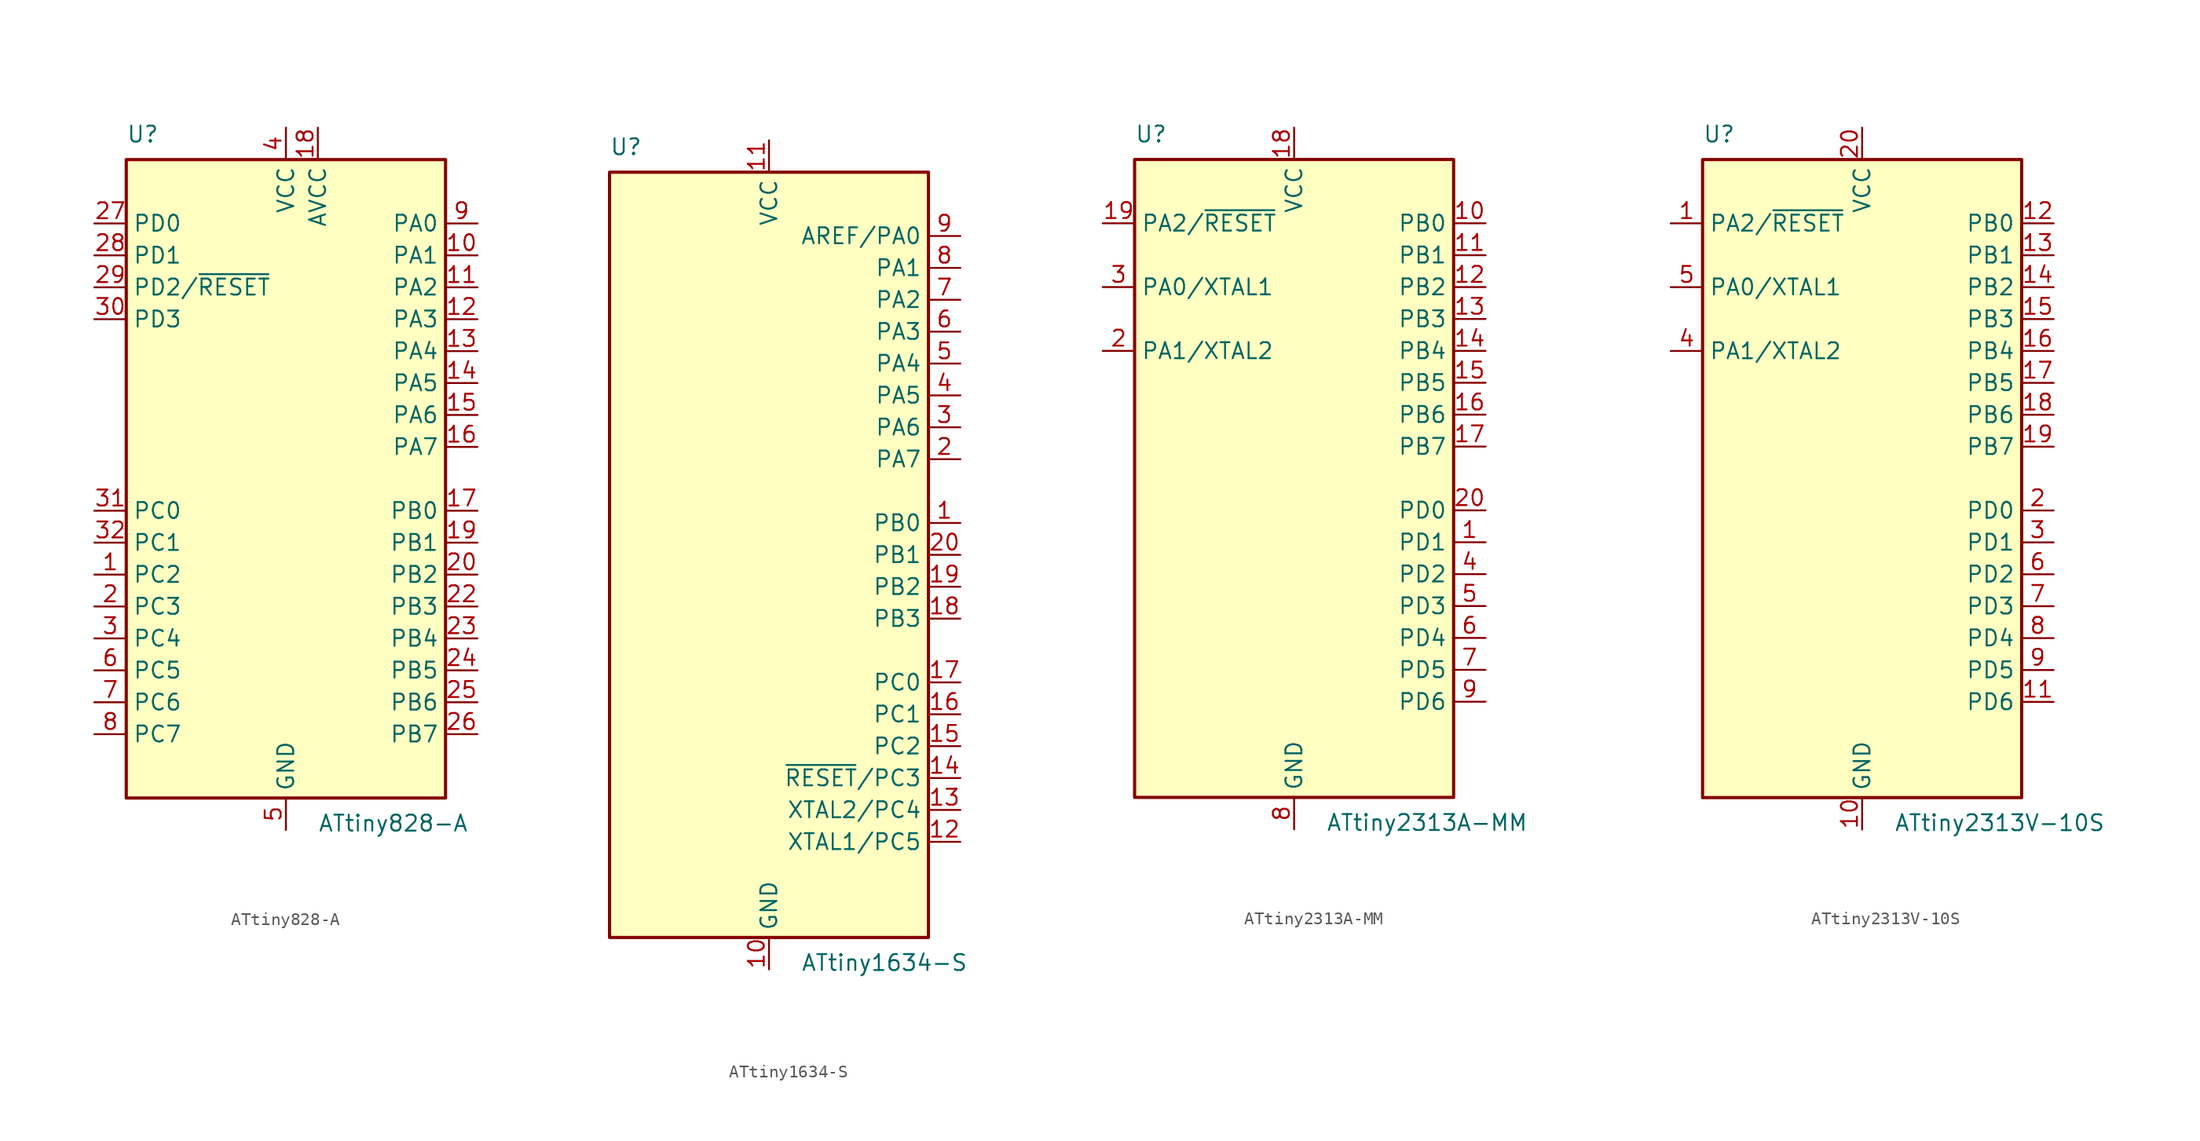
<source format=kicad_sym>
(kicad_symbol_lib
  (version 20211014)
  (generator kicad_symbol_editor)
  (symbol "ATtiny828-A"
    (property "Reference" "U"
      (at -12.7 26.67 0)
      (effects (font (size 1.27 1.27)) (justify left bottom)))
    (property "Value" "ATtiny828-A"
      (at 2.54 -26.67 0)
      (effects (font (size 1.27 1.27)) (justify left top)))
    (symbol "ATtiny828-A_0_1"
      (rectangle (start -12.7 -25.4) (end 12.7 25.4) (stroke (width 0.254) (type default) (color 0 0 0 0)) (fill (type background))))
    (symbol "ATtiny828-A_1_1"
      (pin bidirectional line (at -15.24 -7.62 0) (length 2.54) (name "PC2" (effects (font (size 1.27 1.27)))) (number "1" (effects (font (size 1.27 1.27)))))
      (pin bidirectional line (at 15.24 17.78 180) (length 2.54) (name "PA1" (effects (font (size 1.27 1.27)))) (number "10" (effects (font (size 1.27 1.27)))))
      (pin bidirectional line (at 15.24 15.24 180) (length 2.54) (name "PA2" (effects (font (size 1.27 1.27)))) (number "11" (effects (font (size 1.27 1.27)))))
      (pin bidirectional line (at 15.24 12.7 180) (length 2.54) (name "PA3" (effects (font (size 1.27 1.27)))) (number "12" (effects (font (size 1.27 1.27)))))
      (pin bidirectional line (at 15.24 10.16 180) (length 2.54) (name "PA4" (effects (font (size 1.27 1.27)))) (number "13" (effects (font (size 1.27 1.27)))))
      (pin bidirectional line (at 15.24 7.62 180) (length 2.54) (name "PA5" (effects (font (size 1.27 1.27)))) (number "14" (effects (font (size 1.27 1.27)))))
      (pin bidirectional line (at 15.24 5.08 180) (length 2.54) (name "PA6" (effects (font (size 1.27 1.27)))) (number "15" (effects (font (size 1.27 1.27)))))
      (pin bidirectional line (at 15.24 2.54 180) (length 2.54) (name "PA7" (effects (font (size 1.27 1.27)))) (number "16" (effects (font (size 1.27 1.27)))))
      (pin bidirectional line (at 15.24 -2.54 180) (length 2.54) (name "PB0" (effects (font (size 1.27 1.27)))) (number "17" (effects (font (size 1.27 1.27)))))
      (pin power_in line (at 2.54 27.94 270) (length 2.54) (name "AVCC" (effects (font (size 1.27 1.27)))) (number "18" (effects (font (size 1.27 1.27)))))
      (pin bidirectional line (at 15.24 -5.08 180) (length 2.54) (name "PB1" (effects (font (size 1.27 1.27)))) (number "19" (effects (font (size 1.27 1.27)))))
      (pin bidirectional line (at -15.24 -10.16 0) (length 2.54) (name "PC3" (effects (font (size 1.27 1.27)))) (number "2" (effects (font (size 1.27 1.27)))))
      (pin bidirectional line (at 15.24 -7.62 180) (length 2.54) (name "PB2" (effects (font (size 1.27 1.27)))) (number "20" (effects (font (size 1.27 1.27)))))
      (pin passive line (at 0 -27.94 90) (length 2.54) hide (name "GND" (effects (font (size 1.27 1.27)))) (number "21" (effects (font (size 1.27 1.27)))))
      (pin bidirectional line (at 15.24 -10.16 180) (length 2.54) (name "PB3" (effects (font (size 1.27 1.27)))) (number "22" (effects (font (size 1.27 1.27)))))
      (pin bidirectional line (at 15.24 -12.7 180) (length 2.54) (name "PB4" (effects (font (size 1.27 1.27)))) (number "23" (effects (font (size 1.27 1.27)))))
      (pin bidirectional line (at 15.24 -15.24 180) (length 2.54) (name "PB5" (effects (font (size 1.27 1.27)))) (number "24" (effects (font (size 1.27 1.27)))))
      (pin bidirectional line (at 15.24 -17.78 180) (length 2.54) (name "PB6" (effects (font (size 1.27 1.27)))) (number "25" (effects (font (size 1.27 1.27)))))
      (pin bidirectional line (at 15.24 -20.32 180) (length 2.54) (name "PB7" (effects (font (size 1.27 1.27)))) (number "26" (effects (font (size 1.27 1.27)))))
      (pin bidirectional line (at -15.24 20.32 0) (length 2.54) (name "PD0" (effects (font (size 1.27 1.27)))) (number "27" (effects (font (size 1.27 1.27)))))
      (pin bidirectional line (at -15.24 17.78 0) (length 2.54) (name "PD1" (effects (font (size 1.27 1.27)))) (number "28" (effects (font (size 1.27 1.27)))))
      (pin bidirectional line (at -15.24 15.24 0) (length 2.54) (name "PD2/~{RESET}" (effects (font (size 1.27 1.27)))) (number "29" (effects (font (size 1.27 1.27)))))
      (pin bidirectional line (at -15.24 -12.7 0) (length 2.54) (name "PC4" (effects (font (size 1.27 1.27)))) (number "3" (effects (font (size 1.27 1.27)))))
      (pin bidirectional line (at -15.24 12.7 0) (length 2.54) (name "PD3" (effects (font (size 1.27 1.27)))) (number "30" (effects (font (size 1.27 1.27)))))
      (pin bidirectional line (at -15.24 -2.54 0) (length 2.54) (name "PC0" (effects (font (size 1.27 1.27)))) (number "31" (effects (font (size 1.27 1.27)))))
      (pin bidirectional line (at -15.24 -5.08 0) (length 2.54) (name "PC1" (effects (font (size 1.27 1.27)))) (number "32" (effects (font (size 1.27 1.27)))))
      (pin power_in line (at 0 27.94 270) (length 2.54) (name "VCC" (effects (font (size 1.27 1.27)))) (number "4" (effects (font (size 1.27 1.27)))))
      (pin power_in line (at 0 -27.94 90) (length 2.54) (name "GND" (effects (font (size 1.27 1.27)))) (number "5" (effects (font (size 1.27 1.27)))))
      (pin bidirectional line (at -15.24 -15.24 0) (length 2.54) (name "PC5" (effects (font (size 1.27 1.27)))) (number "6" (effects (font (size 1.27 1.27)))))
      (pin bidirectional line (at -15.24 -17.78 0) (length 2.54) (name "PC6" (effects (font (size 1.27 1.27)))) (number "7" (effects (font (size 1.27 1.27)))))
      (pin bidirectional line (at -15.24 -20.32 0) (length 2.54) (name "PC7" (effects (font (size 1.27 1.27)))) (number "8" (effects (font (size 1.27 1.27)))))
      (pin bidirectional line (at 15.24 20.32 180) (length 2.54) (name "PA0" (effects (font (size 1.27 1.27)))) (number "9" (effects (font (size 1.27 1.27)))))))
  (symbol "ATtiny1634-S"
    (property "Reference" "U"
      (at -12.7 31.75 0)
      (effects (font (size 1.27 1.27)) (justify left bottom)))
    (property "Value" "ATtiny1634-S"
      (at 2.54 -31.75 0)
      (effects (font (size 1.27 1.27)) (justify left top)))
    (symbol "ATtiny1634-S_0_1"
      (rectangle (start -12.7 -30.48) (end 12.7 30.48) (stroke (width 0.254) (type default) (color 0 0 0 0)) (fill (type background))))
    (symbol "ATtiny1634-S_1_1"
      (pin bidirectional line (at 15.24 2.54 180) (length 2.54) (name "PB0" (effects (font (size 1.27 1.27)))) (number "1" (effects (font (size 1.27 1.27)))))
      (pin power_in line (at 0 -33.02 90) (length 2.54) (name "GND" (effects (font (size 1.27 1.27)))) (number "10" (effects (font (size 1.27 1.27)))))
      (pin power_in line (at 0 33.02 270) (length 2.54) (name "VCC" (effects (font (size 1.27 1.27)))) (number "11" (effects (font (size 1.27 1.27)))))
      (pin bidirectional line (at 15.24 -22.86 180) (length 2.54) (name "XTAL1/PC5" (effects (font (size 1.27 1.27)))) (number "12" (effects (font (size 1.27 1.27)))))
      (pin bidirectional line (at 15.24 -20.32 180) (length 2.54) (name "XTAL2/PC4" (effects (font (size 1.27 1.27)))) (number "13" (effects (font (size 1.27 1.27)))))
      (pin bidirectional line (at 15.24 -17.78 180) (length 2.54) (name "~{RESET}/PC3" (effects (font (size 1.27 1.27)))) (number "14" (effects (font (size 1.27 1.27)))))
      (pin bidirectional line (at 15.24 -15.24 180) (length 2.54) (name "PC2" (effects (font (size 1.27 1.27)))) (number "15" (effects (font (size 1.27 1.27)))))
      (pin bidirectional line (at 15.24 -12.7 180) (length 2.54) (name "PC1" (effects (font (size 1.27 1.27)))) (number "16" (effects (font (size 1.27 1.27)))))
      (pin bidirectional line (at 15.24 -10.16 180) (length 2.54) (name "PC0" (effects (font (size 1.27 1.27)))) (number "17" (effects (font (size 1.27 1.27)))))
      (pin bidirectional line (at 15.24 -5.08 180) (length 2.54) (name "PB3" (effects (font (size 1.27 1.27)))) (number "18" (effects (font (size 1.27 1.27)))))
      (pin bidirectional line (at 15.24 -2.54 180) (length 2.54) (name "PB2" (effects (font (size 1.27 1.27)))) (number "19" (effects (font (size 1.27 1.27)))))
      (pin bidirectional line (at 15.24 7.62 180) (length 2.54) (name "PA7" (effects (font (size 1.27 1.27)))) (number "2" (effects (font (size 1.27 1.27)))))
      (pin bidirectional line (at 15.24 0 180) (length 2.54) (name "PB1" (effects (font (size 1.27 1.27)))) (number "20" (effects (font (size 1.27 1.27)))))
      (pin bidirectional line (at 15.24 10.16 180) (length 2.54) (name "PA6" (effects (font (size 1.27 1.27)))) (number "3" (effects (font (size 1.27 1.27)))))
      (pin bidirectional line (at 15.24 12.7 180) (length 2.54) (name "PA5" (effects (font (size 1.27 1.27)))) (number "4" (effects (font (size 1.27 1.27)))))
      (pin bidirectional line (at 15.24 15.24 180) (length 2.54) (name "PA4" (effects (font (size 1.27 1.27)))) (number "5" (effects (font (size 1.27 1.27)))))
      (pin bidirectional line (at 15.24 17.78 180) (length 2.54) (name "PA3" (effects (font (size 1.27 1.27)))) (number "6" (effects (font (size 1.27 1.27)))))
      (pin bidirectional line (at 15.24 20.32 180) (length 2.54) (name "PA2" (effects (font (size 1.27 1.27)))) (number "7" (effects (font (size 1.27 1.27)))))
      (pin bidirectional line (at 15.24 22.86 180) (length 2.54) (name "PA1" (effects (font (size 1.27 1.27)))) (number "8" (effects (font (size 1.27 1.27)))))
      (pin bidirectional line (at 15.24 25.4 180) (length 2.54) (name "AREF/PA0" (effects (font (size 1.27 1.27)))) (number "9" (effects (font (size 1.27 1.27)))))))
  (symbol "ATtiny2313A-MM"
    (property "Reference" "U"
      (at -12.7 26.67 0)
      (effects (font (size 1.27 1.27)) (justify left bottom)))
    (property "Value" "ATtiny2313A-MM"
      (at 2.54 -26.67 0)
      (effects (font (size 1.27 1.27)) (justify left top)))
    (symbol "ATtiny2313A-MM_0_1"
      (rectangle (start -12.7 -25.4) (end 12.7 25.4) (stroke (width 0.254) (type default) (color 0 0 0 0)) (fill (type background))))
    (symbol "ATtiny2313A-MM_1_1"
      (pin bidirectional line (at 15.24 -5.08 180) (length 2.54) (name "PD1" (effects (font (size 1.27 1.27)))) (number "1" (effects (font (size 1.27 1.27)))))
      (pin bidirectional line (at 15.24 20.32 180) (length 2.54) (name "PB0" (effects (font (size 1.27 1.27)))) (number "10" (effects (font (size 1.27 1.27)))))
      (pin bidirectional line (at 15.24 17.78 180) (length 2.54) (name "PB1" (effects (font (size 1.27 1.27)))) (number "11" (effects (font (size 1.27 1.27)))))
      (pin bidirectional line (at 15.24 15.24 180) (length 2.54) (name "PB2" (effects (font (size 1.27 1.27)))) (number "12" (effects (font (size 1.27 1.27)))))
      (pin bidirectional line (at 15.24 12.7 180) (length 2.54) (name "PB3" (effects (font (size 1.27 1.27)))) (number "13" (effects (font (size 1.27 1.27)))))
      (pin bidirectional line (at 15.24 10.16 180) (length 2.54) (name "PB4" (effects (font (size 1.27 1.27)))) (number "14" (effects (font (size 1.27 1.27)))))
      (pin bidirectional line (at 15.24 7.62 180) (length 2.54) (name "PB5" (effects (font (size 1.27 1.27)))) (number "15" (effects (font (size 1.27 1.27)))))
      (pin bidirectional line (at 15.24 5.08 180) (length 2.54) (name "PB6" (effects (font (size 1.27 1.27)))) (number "16" (effects (font (size 1.27 1.27)))))
      (pin bidirectional line (at 15.24 2.54 180) (length 2.54) (name "PB7" (effects (font (size 1.27 1.27)))) (number "17" (effects (font (size 1.27 1.27)))))
      (pin power_in line (at 0 27.94 270) (length 2.54) (name "VCC" (effects (font (size 1.27 1.27)))) (number "18" (effects (font (size 1.27 1.27)))))
      (pin bidirectional line (at -15.24 20.32 0) (length 2.54) (name "PA2/~{RESET}" (effects (font (size 1.27 1.27)))) (number "19" (effects (font (size 1.27 1.27)))))
      (pin bidirectional line (at -15.24 10.16 0) (length 2.54) (name "PA1/XTAL2" (effects (font (size 1.27 1.27)))) (number "2" (effects (font (size 1.27 1.27)))))
      (pin bidirectional line (at 15.24 -2.54 180) (length 2.54) (name "PD0" (effects (font (size 1.27 1.27)))) (number "20" (effects (font (size 1.27 1.27)))))
      (pin passive line (at 0 -27.94 90) (length 2.54) hide (name "GND" (effects (font (size 1.27 1.27)))) (number "21" (effects (font (size 1.27 1.27)))))
      (pin bidirectional line (at -15.24 15.24 0) (length 2.54) (name "PA0/XTAL1" (effects (font (size 1.27 1.27)))) (number "3" (effects (font (size 1.27 1.27)))))
      (pin bidirectional line (at 15.24 -7.62 180) (length 2.54) (name "PD2" (effects (font (size 1.27 1.27)))) (number "4" (effects (font (size 1.27 1.27)))))
      (pin bidirectional line (at 15.24 -10.16 180) (length 2.54) (name "PD3" (effects (font (size 1.27 1.27)))) (number "5" (effects (font (size 1.27 1.27)))))
      (pin bidirectional line (at 15.24 -12.7 180) (length 2.54) (name "PD4" (effects (font (size 1.27 1.27)))) (number "6" (effects (font (size 1.27 1.27)))))
      (pin bidirectional line (at 15.24 -15.24 180) (length 2.54) (name "PD5" (effects (font (size 1.27 1.27)))) (number "7" (effects (font (size 1.27 1.27)))))
      (pin power_in line (at 0 -27.94 90) (length 2.54) (name "GND" (effects (font (size 1.27 1.27)))) (number "8" (effects (font (size 1.27 1.27)))))
      (pin bidirectional line (at 15.24 -17.78 180) (length 2.54) (name "PD6" (effects (font (size 1.27 1.27)))) (number "9" (effects (font (size 1.27 1.27)))))))
  (symbol "ATtiny2313V-10S"
    (property "Reference" "U"
      (at -12.7 26.67 0)
      (effects (font (size 1.27 1.27)) (justify left bottom)))
    (property "Value" "ATtiny2313V-10S"
      (at 2.54 -26.67 0)
      (effects (font (size 1.27 1.27)) (justify left top)))
    (symbol "ATtiny2313V-10S_0_1"
      (rectangle (start -12.7 -25.4) (end 12.7 25.4) (stroke (width 0.254) (type default) (color 0 0 0 0)) (fill (type background))))
    (symbol "ATtiny2313V-10S_1_1"
      (pin bidirectional line (at -15.24 20.32 0) (length 2.54) (name "PA2/~{RESET}" (effects (font (size 1.27 1.27)))) (number "1" (effects (font (size 1.27 1.27)))))
      (pin power_in line (at 0 -27.94 90) (length 2.54) (name "GND" (effects (font (size 1.27 1.27)))) (number "10" (effects (font (size 1.27 1.27)))))
      (pin bidirectional line (at 15.24 -17.78 180) (length 2.54) (name "PD6" (effects (font (size 1.27 1.27)))) (number "11" (effects (font (size 1.27 1.27)))))
      (pin bidirectional line (at 15.24 20.32 180) (length 2.54) (name "PB0" (effects (font (size 1.27 1.27)))) (number "12" (effects (font (size 1.27 1.27)))))
      (pin bidirectional line (at 15.24 17.78 180) (length 2.54) (name "PB1" (effects (font (size 1.27 1.27)))) (number "13" (effects (font (size 1.27 1.27)))))
      (pin bidirectional line (at 15.24 15.24 180) (length 2.54) (name "PB2" (effects (font (size 1.27 1.27)))) (number "14" (effects (font (size 1.27 1.27)))))
      (pin bidirectional line (at 15.24 12.7 180) (length 2.54) (name "PB3" (effects (font (size 1.27 1.27)))) (number "15" (effects (font (size 1.27 1.27)))))
      (pin bidirectional line (at 15.24 10.16 180) (length 2.54) (name "PB4" (effects (font (size 1.27 1.27)))) (number "16" (effects (font (size 1.27 1.27)))))
      (pin bidirectional line (at 15.24 7.62 180) (length 2.54) (name "PB5" (effects (font (size 1.27 1.27)))) (number "17" (effects (font (size 1.27 1.27)))))
      (pin bidirectional line (at 15.24 5.08 180) (length 2.54) (name "PB6" (effects (font (size 1.27 1.27)))) (number "18" (effects (font (size 1.27 1.27)))))
      (pin bidirectional line (at 15.24 2.54 180) (length 2.54) (name "PB7" (effects (font (size 1.27 1.27)))) (number "19" (effects (font (size 1.27 1.27)))))
      (pin bidirectional line (at 15.24 -2.54 180) (length 2.54) (name "PD0" (effects (font (size 1.27 1.27)))) (number "2" (effects (font (size 1.27 1.27)))))
      (pin power_in line (at 0 27.94 270) (length 2.54) (name "VCC" (effects (font (size 1.27 1.27)))) (number "20" (effects (font (size 1.27 1.27)))))
      (pin bidirectional line (at 15.24 -5.08 180) (length 2.54) (name "PD1" (effects (font (size 1.27 1.27)))) (number "3" (effects (font (size 1.27 1.27)))))
      (pin bidirectional line (at -15.24 10.16 0) (length 2.54) (name "PA1/XTAL2" (effects (font (size 1.27 1.27)))) (number "4" (effects (font (size 1.27 1.27)))))
      (pin bidirectional line (at -15.24 15.24 0) (length 2.54) (name "PA0/XTAL1" (effects (font (size 1.27 1.27)))) (number "5" (effects (font (size 1.27 1.27)))))
      (pin bidirectional line (at 15.24 -7.62 180) (length 2.54) (name "PD2" (effects (font (size 1.27 1.27)))) (number "6" (effects (font (size 1.27 1.27)))))
      (pin bidirectional line (at 15.24 -10.16 180) (length 2.54) (name "PD3" (effects (font (size 1.27 1.27)))) (number "7" (effects (font (size 1.27 1.27)))))
      (pin bidirectional line (at 15.24 -12.7 180) (length 2.54) (name "PD4" (effects (font (size 1.27 1.27)))) (number "8" (effects (font (size 1.27 1.27)))))
      (pin bidirectional line (at 15.24 -15.24 180) (length 2.54) (name "PD5" (effects (font (size 1.27 1.27)))) (number "9" (effects (font (size 1.27 1.27))))))))
</source>
